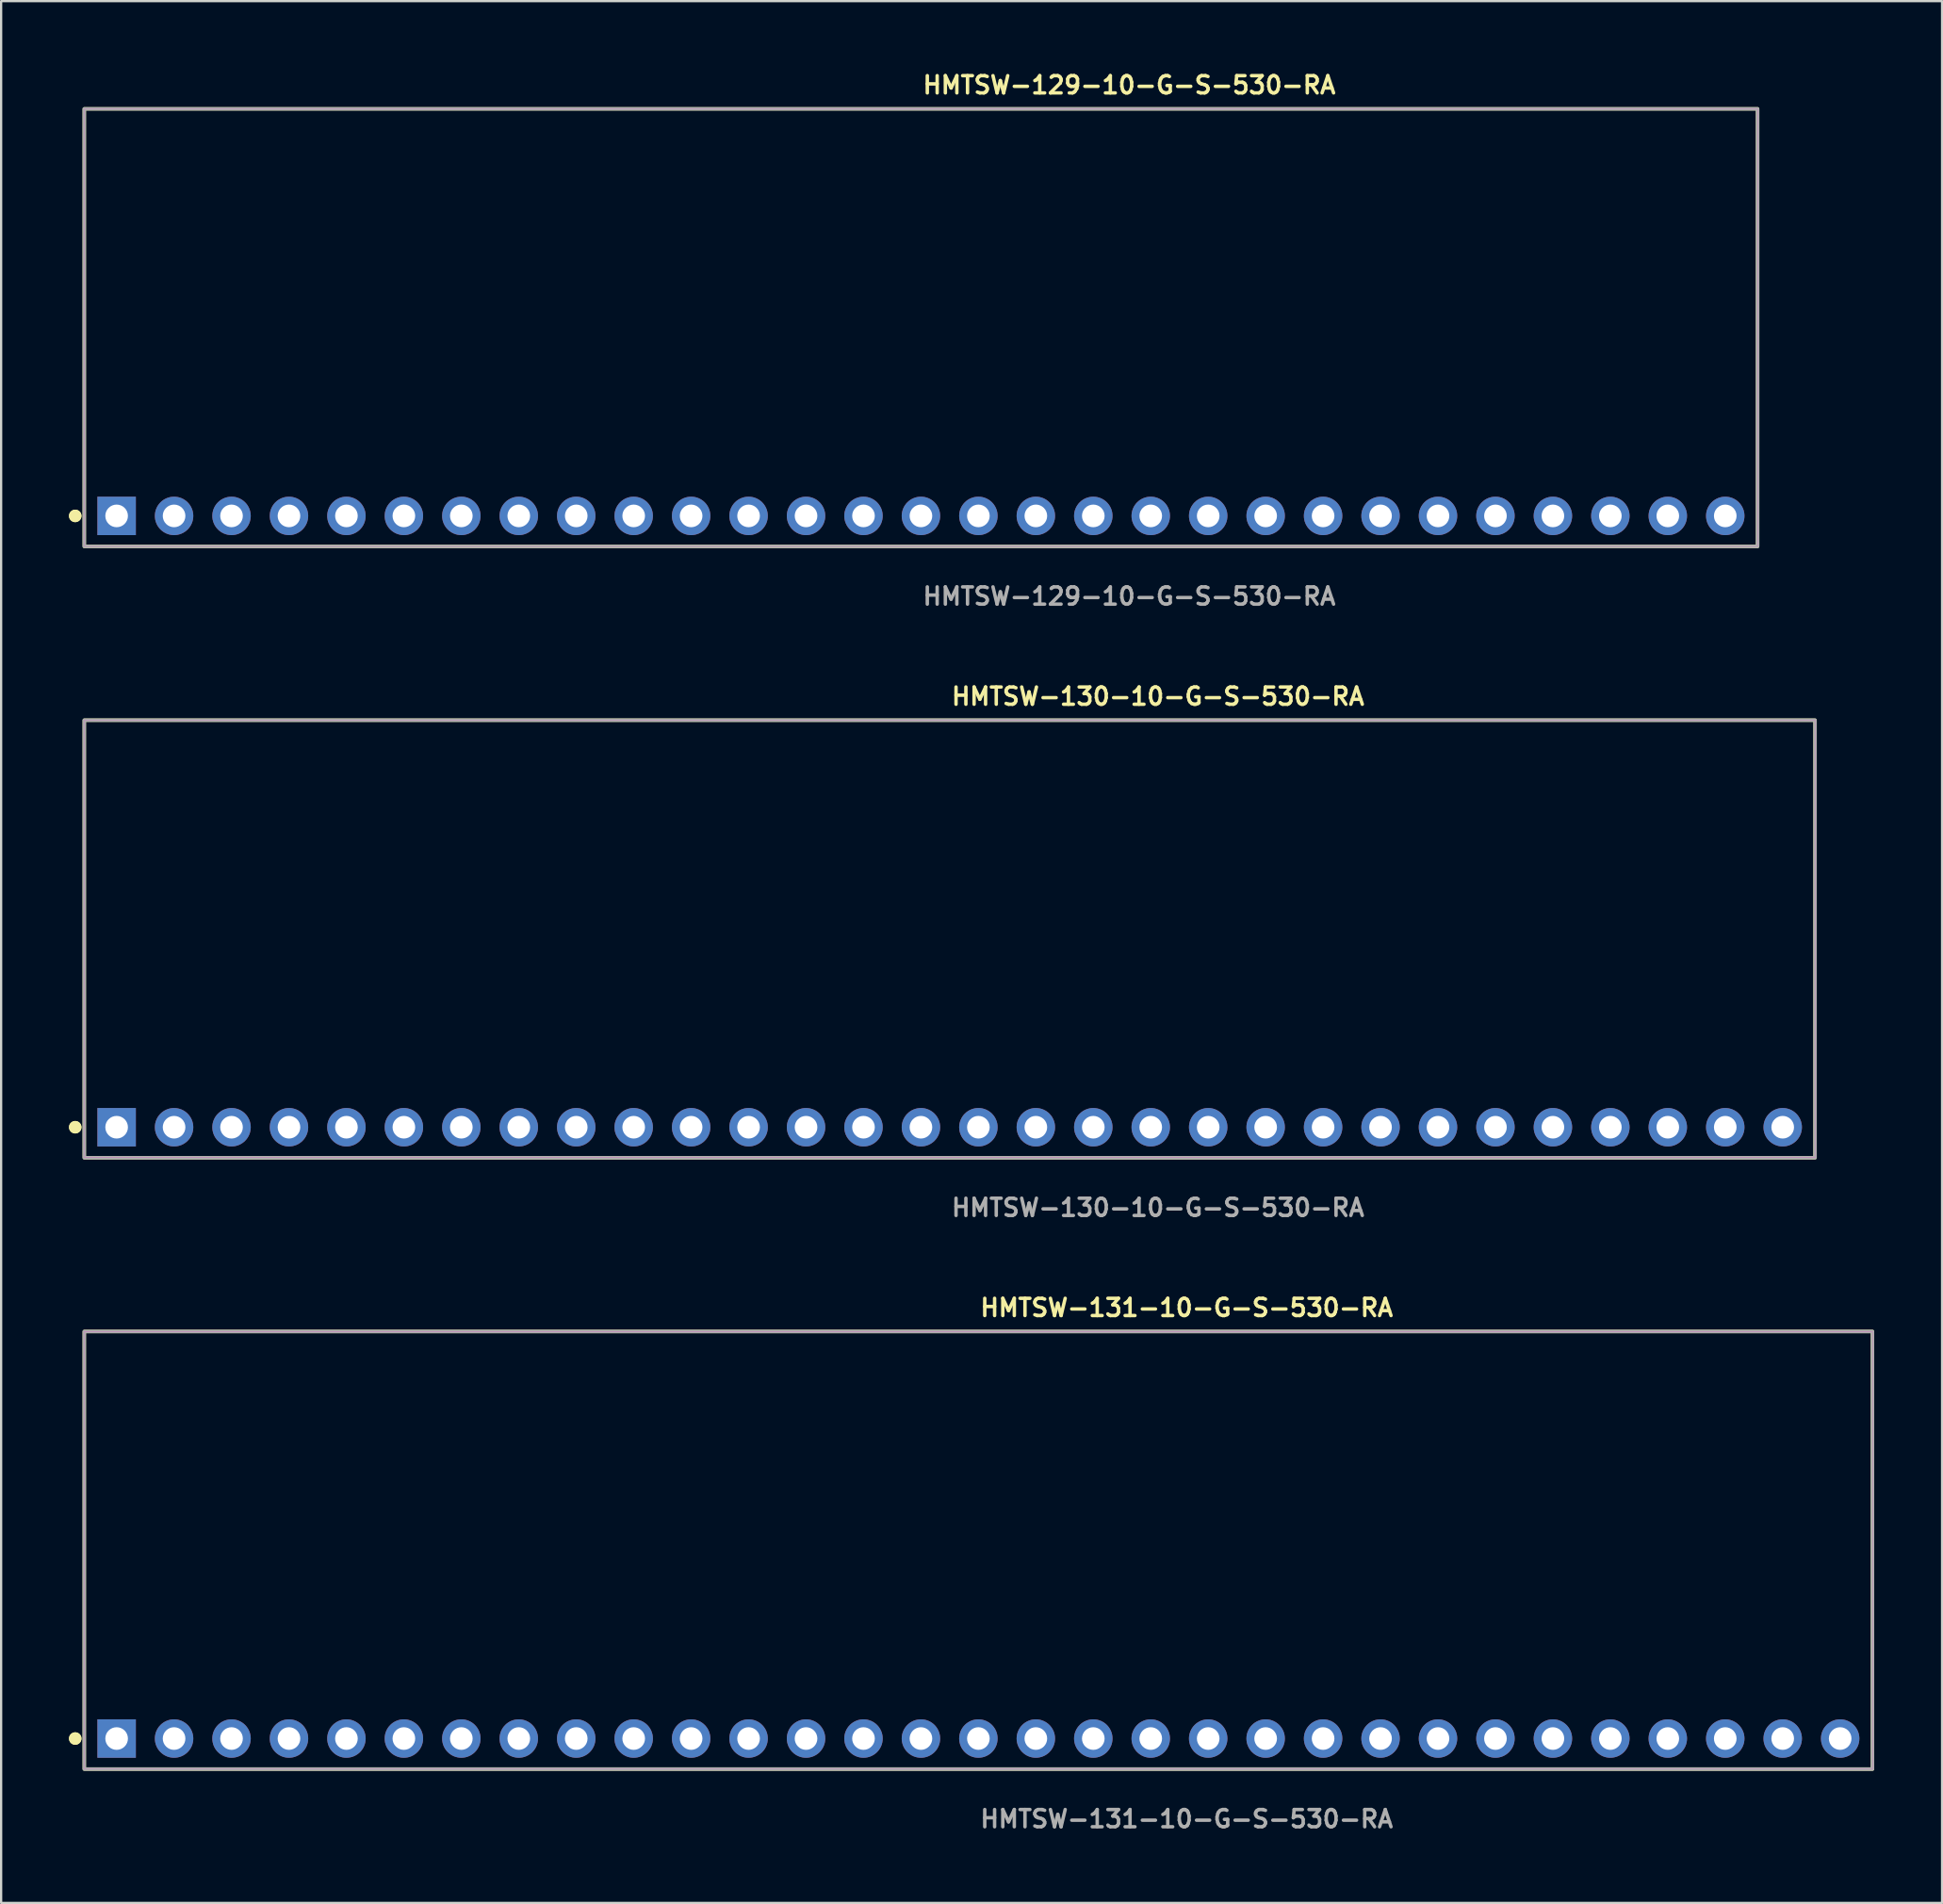
<source format=kicad_pcb>
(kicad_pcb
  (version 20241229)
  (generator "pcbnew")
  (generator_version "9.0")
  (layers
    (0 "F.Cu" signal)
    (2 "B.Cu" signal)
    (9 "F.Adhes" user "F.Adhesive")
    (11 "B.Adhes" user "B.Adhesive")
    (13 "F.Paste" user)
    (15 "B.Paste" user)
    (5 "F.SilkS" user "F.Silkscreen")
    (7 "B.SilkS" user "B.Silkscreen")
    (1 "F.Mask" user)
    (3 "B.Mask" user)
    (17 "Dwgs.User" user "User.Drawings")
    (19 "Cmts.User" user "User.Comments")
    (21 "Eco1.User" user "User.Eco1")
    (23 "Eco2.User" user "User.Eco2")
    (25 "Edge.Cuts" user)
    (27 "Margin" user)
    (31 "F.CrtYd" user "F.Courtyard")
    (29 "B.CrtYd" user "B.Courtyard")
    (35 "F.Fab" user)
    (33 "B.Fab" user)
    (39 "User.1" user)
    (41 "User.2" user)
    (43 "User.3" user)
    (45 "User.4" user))
  (footprint "HMTSW-130-10-G-S-530-RA"
    (layer "F.Cu")
    (at 38.936 46.796)
    (property "Reference" "HMTSW-130-10-G-S-530-RA" (at 0 -19.05 0) (unlocked yes) (layer "F.SilkS") (effects (font (size 0.762 0.762) (thickness 0.152)) (justify left)))
    (fp_rect (start -38.26 1.35) (end 38.26 -18) (stroke (width 0.152) (type solid)) (fill no) (layer "F.SilkS"))
    (fp_circle (center -38.66 0) (end -38.86 0) (stroke (width 0.152) (type solid)) (fill yes) (layer "F.SilkS"))
    (fp_circle (center -38.66 0) (end -38.86 0) (stroke (width 0.152) (type solid)) (fill yes) (layer "F.SilkS"))
    (fp_rect (start -38.26 1.35) (end 38.26 -18) (stroke (width 0.006) (type solid)) (fill no) (layer "F.CrtYd"))
    (fp_rect (start -38.26 1.35) (end 38.26 -18) (stroke (width 0.152) (type solid)) (fill no) (layer "F.Fab"))
    (fp_text user "${REFERENCE}" (at 0 3.556 0) (unlocked yes) (layer "F.Fab") (effects (font (size 0.762 0.762) (thickness 0.152)) (justify left)))
    (pad "1" thru_hole rect (at -36.83 0) (size 1.7 1.7) (drill 1) (layers "*.Cu" "*.Mask"))
    (pad "2" thru_hole circle (at -34.29 0) (size 1.7 1.7) (drill 1) (layers "*.Cu" "*.Mask"))
    (pad "3" thru_hole circle (at -31.75 0) (size 1.7 1.7) (drill 1) (layers "*.Cu" "*.Mask"))
    (pad "4" thru_hole circle (at -29.21 0) (size 1.7 1.7) (drill 1) (layers "*.Cu" "*.Mask"))
    (pad "5" thru_hole circle (at -26.67 0) (size 1.7 1.7) (drill 1) (layers "*.Cu" "*.Mask"))
    (pad "6" thru_hole circle (at -24.13 0) (size 1.7 1.7) (drill 1) (layers "*.Cu" "*.Mask"))
    (pad "7" thru_hole circle (at -21.59 0) (size 1.7 1.7) (drill 1) (layers "*.Cu" "*.Mask"))
    (pad "8" thru_hole circle (at -19.05 0) (size 1.7 1.7) (drill 1) (layers "*.Cu" "*.Mask"))
    (pad "9" thru_hole circle (at -16.51 0) (size 1.7 1.7) (drill 1) (layers "*.Cu" "*.Mask"))
    (pad "10" thru_hole circle (at -13.97 0) (size 1.7 1.7) (drill 1) (layers "*.Cu" "*.Mask"))
    (pad "11" thru_hole circle (at -11.43 0) (size 1.7 1.7) (drill 1) (layers "*.Cu" "*.Mask"))
    (pad "12" thru_hole circle (at -8.89 0) (size 1.7 1.7) (drill 1) (layers "*.Cu" "*.Mask"))
    (pad "13" thru_hole circle (at -6.35 0) (size 1.7 1.7) (drill 1) (layers "*.Cu" "*.Mask"))
    (pad "14" thru_hole circle (at -3.81 0) (size 1.7 1.7) (drill 1) (layers "*.Cu" "*.Mask"))
    (pad "15" thru_hole circle (at -1.27 0) (size 1.7 1.7) (drill 1) (layers "*.Cu" "*.Mask"))
    (pad "16" thru_hole circle (at 1.27 0) (size 1.7 1.7) (drill 1) (layers "*.Cu" "*.Mask"))
    (pad "17" thru_hole circle (at 3.81 0) (size 1.7 1.7) (drill 1) (layers "*.Cu" "*.Mask"))
    (pad "18" thru_hole circle (at 6.35 0) (size 1.7 1.7) (drill 1) (layers "*.Cu" "*.Mask"))
    (pad "19" thru_hole circle (at 8.89 0) (size 1.7 1.7) (drill 1) (layers "*.Cu" "*.Mask"))
    (pad "20" thru_hole circle (at 11.43 0) (size 1.7 1.7) (drill 1) (layers "*.Cu" "*.Mask"))
    (pad "21" thru_hole circle (at 13.97 0) (size 1.7 1.7) (drill 1) (layers "*.Cu" "*.Mask"))
    (pad "22" thru_hole circle (at 16.51 0) (size 1.7 1.7) (drill 1) (layers "*.Cu" "*.Mask"))
    (pad "23" thru_hole circle (at 19.05 0) (size 1.7 1.7) (drill 1) (layers "*.Cu" "*.Mask"))
    (pad "24" thru_hole circle (at 21.59 0) (size 1.7 1.7) (drill 1) (layers "*.Cu" "*.Mask"))
    (pad "25" thru_hole circle (at 24.13 0) (size 1.7 1.7) (drill 1) (layers "*.Cu" "*.Mask"))
    (pad "26" thru_hole circle (at 26.67 0) (size 1.7 1.7) (drill 1) (layers "*.Cu" "*.Mask"))
    (pad "27" thru_hole circle (at 29.21 0) (size 1.7 1.7) (drill 1) (layers "*.Cu" "*.Mask"))
    (pad "28" thru_hole circle (at 31.75 0) (size 1.7 1.7) (drill 1) (layers "*.Cu" "*.Mask"))
    (pad "29" thru_hole circle (at 34.29 0) (size 1.7 1.7) (drill 1) (layers "*.Cu" "*.Mask"))
    (pad "30" thru_hole circle (at 36.83 0) (size 1.7 1.7) (drill 1) (layers "*.Cu" "*.Mask")))
  (footprint "HMTSW-129-10-G-S-530-RA"
    (layer "F.Cu")
    (at 37.666 19.763)
    (property "Reference" "HMTSW-129-10-G-S-530-RA" (at 0 -19.05 0) (unlocked yes) (layer "F.SilkS") (effects (font (size 0.762 0.762) (thickness 0.152)) (justify left)))
    (fp_rect (start -36.99 1.35) (end 36.99 -18) (stroke (width 0.152) (type solid)) (fill no) (layer "F.SilkS"))
    (fp_circle (center -37.39 0) (end -37.59 0) (stroke (width 0.152) (type solid)) (fill yes) (layer "F.SilkS"))
    (fp_circle (center -37.39 0) (end -37.59 0) (stroke (width 0.152) (type solid)) (fill yes) (layer "F.SilkS"))
    (fp_rect (start -36.99 1.35) (end 36.99 -18) (stroke (width 0.006) (type solid)) (fill no) (layer "F.CrtYd"))
    (fp_rect (start -36.99 1.35) (end 36.99 -18) (stroke (width 0.152) (type solid)) (fill no) (layer "F.Fab"))
    (fp_text user "${REFERENCE}" (at 0 3.556 0) (unlocked yes) (layer "F.Fab") (effects (font (size 0.762 0.762) (thickness 0.152)) (justify left)))
    (pad "1" thru_hole rect (at -35.56 0) (size 1.7 1.7) (drill 1) (layers "*.Cu" "*.Mask"))
    (pad "2" thru_hole circle (at -33.02 0) (size 1.7 1.7) (drill 1) (layers "*.Cu" "*.Mask"))
    (pad "3" thru_hole circle (at -30.48 0) (size 1.7 1.7) (drill 1) (layers "*.Cu" "*.Mask"))
    (pad "4" thru_hole circle (at -27.94 0) (size 1.7 1.7) (drill 1) (layers "*.Cu" "*.Mask"))
    (pad "5" thru_hole circle (at -25.4 0) (size 1.7 1.7) (drill 1) (layers "*.Cu" "*.Mask"))
    (pad "6" thru_hole circle (at -22.86 0) (size 1.7 1.7) (drill 1) (layers "*.Cu" "*.Mask"))
    (pad "7" thru_hole circle (at -20.32 0) (size 1.7 1.7) (drill 1) (layers "*.Cu" "*.Mask"))
    (pad "8" thru_hole circle (at -17.78 0) (size 1.7 1.7) (drill 1) (layers "*.Cu" "*.Mask"))
    (pad "9" thru_hole circle (at -15.24 0) (size 1.7 1.7) (drill 1) (layers "*.Cu" "*.Mask"))
    (pad "10" thru_hole circle (at -12.7 0) (size 1.7 1.7) (drill 1) (layers "*.Cu" "*.Mask"))
    (pad "11" thru_hole circle (at -10.16 0) (size 1.7 1.7) (drill 1) (layers "*.Cu" "*.Mask"))
    (pad "12" thru_hole circle (at -7.62 0) (size 1.7 1.7) (drill 1) (layers "*.Cu" "*.Mask"))
    (pad "13" thru_hole circle (at -5.08 0) (size 1.7 1.7) (drill 1) (layers "*.Cu" "*.Mask"))
    (pad "14" thru_hole circle (at -2.54 0) (size 1.7 1.7) (drill 1) (layers "*.Cu" "*.Mask"))
    (pad "15" thru_hole circle (at 0 0) (size 1.7 1.7) (drill 1) (layers "*.Cu" "*.Mask"))
    (pad "16" thru_hole circle (at 2.54 0) (size 1.7 1.7) (drill 1) (layers "*.Cu" "*.Mask"))
    (pad "17" thru_hole circle (at 5.08 0) (size 1.7 1.7) (drill 1) (layers "*.Cu" "*.Mask"))
    (pad "18" thru_hole circle (at 7.62 0) (size 1.7 1.7) (drill 1) (layers "*.Cu" "*.Mask"))
    (pad "19" thru_hole circle (at 10.16 0) (size 1.7 1.7) (drill 1) (layers "*.Cu" "*.Mask"))
    (pad "20" thru_hole circle (at 12.7 0) (size 1.7 1.7) (drill 1) (layers "*.Cu" "*.Mask"))
    (pad "21" thru_hole circle (at 15.24 0) (size 1.7 1.7) (drill 1) (layers "*.Cu" "*.Mask"))
    (pad "22" thru_hole circle (at 17.78 0) (size 1.7 1.7) (drill 1) (layers "*.Cu" "*.Mask"))
    (pad "23" thru_hole circle (at 20.32 0) (size 1.7 1.7) (drill 1) (layers "*.Cu" "*.Mask"))
    (pad "24" thru_hole circle (at 22.86 0) (size 1.7 1.7) (drill 1) (layers "*.Cu" "*.Mask"))
    (pad "25" thru_hole circle (at 25.4 0) (size 1.7 1.7) (drill 1) (layers "*.Cu" "*.Mask"))
    (pad "26" thru_hole circle (at 27.94 0) (size 1.7 1.7) (drill 1) (layers "*.Cu" "*.Mask"))
    (pad "27" thru_hole circle (at 30.48 0) (size 1.7 1.7) (drill 1) (layers "*.Cu" "*.Mask"))
    (pad "28" thru_hole circle (at 33.02 0) (size 1.7 1.7) (drill 1) (layers "*.Cu" "*.Mask"))
    (pad "29" thru_hole circle (at 35.56 0) (size 1.7 1.7) (drill 1) (layers "*.Cu" "*.Mask")))
  (footprint "HMTSW-131-10-G-S-530-RA"
    (layer "F.Cu")
    (at 40.206 73.828)
    (property "Reference" "HMTSW-131-10-G-S-530-RA" (at 0 -19.05 0) (unlocked yes) (layer "F.SilkS") (effects (font (size 0.762 0.762) (thickness 0.152)) (justify left)))
    (fp_rect (start -39.53 1.35) (end 39.53 -18) (stroke (width 0.152) (type solid)) (fill no) (layer "F.SilkS"))
    (fp_circle (center -39.93 0) (end -40.13 0) (stroke (width 0.152) (type solid)) (fill yes) (layer "F.SilkS"))
    (fp_circle (center -39.93 0) (end -40.13 0) (stroke (width 0.152) (type solid)) (fill yes) (layer "F.SilkS"))
    (fp_rect (start -39.53 1.35) (end 39.53 -18) (stroke (width 0.006) (type solid)) (fill no) (layer "F.CrtYd"))
    (fp_rect (start -39.53 1.35) (end 39.53 -18) (stroke (width 0.152) (type solid)) (fill no) (layer "F.Fab"))
    (fp_text user "${REFERENCE}" (at 0 3.556 0) (unlocked yes) (layer "F.Fab") (effects (font (size 0.762 0.762) (thickness 0.152)) (justify left)))
    (pad "1" thru_hole rect (at -38.1 0) (size 1.7 1.7) (drill 1) (layers "*.Cu" "*.Mask"))
    (pad "2" thru_hole circle (at -35.56 0) (size 1.7 1.7) (drill 1) (layers "*.Cu" "*.Mask"))
    (pad "3" thru_hole circle (at -33.02 0) (size 1.7 1.7) (drill 1) (layers "*.Cu" "*.Mask"))
    (pad "4" thru_hole circle (at -30.48 0) (size 1.7 1.7) (drill 1) (layers "*.Cu" "*.Mask"))
    (pad "5" thru_hole circle (at -27.94 0) (size 1.7 1.7) (drill 1) (layers "*.Cu" "*.Mask"))
    (pad "6" thru_hole circle (at -25.4 0) (size 1.7 1.7) (drill 1) (layers "*.Cu" "*.Mask"))
    (pad "7" thru_hole circle (at -22.86 0) (size 1.7 1.7) (drill 1) (layers "*.Cu" "*.Mask"))
    (pad "8" thru_hole circle (at -20.32 0) (size 1.7 1.7) (drill 1) (layers "*.Cu" "*.Mask"))
    (pad "9" thru_hole circle (at -17.78 0) (size 1.7 1.7) (drill 1) (layers "*.Cu" "*.Mask"))
    (pad "10" thru_hole circle (at -15.24 0) (size 1.7 1.7) (drill 1) (layers "*.Cu" "*.Mask"))
    (pad "11" thru_hole circle (at -12.7 0) (size 1.7 1.7) (drill 1) (layers "*.Cu" "*.Mask"))
    (pad "12" thru_hole circle (at -10.16 0) (size 1.7 1.7) (drill 1) (layers "*.Cu" "*.Mask"))
    (pad "13" thru_hole circle (at -7.62 0) (size 1.7 1.7) (drill 1) (layers "*.Cu" "*.Mask"))
    (pad "14" thru_hole circle (at -5.08 0) (size 1.7 1.7) (drill 1) (layers "*.Cu" "*.Mask"))
    (pad "15" thru_hole circle (at -2.54 0) (size 1.7 1.7) (drill 1) (layers "*.Cu" "*.Mask"))
    (pad "16" thru_hole circle (at 0 0) (size 1.7 1.7) (drill 1) (layers "*.Cu" "*.Mask"))
    (pad "17" thru_hole circle (at 2.54 0) (size 1.7 1.7) (drill 1) (layers "*.Cu" "*.Mask"))
    (pad "18" thru_hole circle (at 5.08 0) (size 1.7 1.7) (drill 1) (layers "*.Cu" "*.Mask"))
    (pad "19" thru_hole circle (at 7.62 0) (size 1.7 1.7) (drill 1) (layers "*.Cu" "*.Mask"))
    (pad "20" thru_hole circle (at 10.16 0) (size 1.7 1.7) (drill 1) (layers "*.Cu" "*.Mask"))
    (pad "21" thru_hole circle (at 12.7 0) (size 1.7 1.7) (drill 1) (layers "*.Cu" "*.Mask"))
    (pad "22" thru_hole circle (at 15.24 0) (size 1.7 1.7) (drill 1) (layers "*.Cu" "*.Mask"))
    (pad "23" thru_hole circle (at 17.78 0) (size 1.7 1.7) (drill 1) (layers "*.Cu" "*.Mask"))
    (pad "24" thru_hole circle (at 20.32 0) (size 1.7 1.7) (drill 1) (layers "*.Cu" "*.Mask"))
    (pad "25" thru_hole circle (at 22.86 0) (size 1.7 1.7) (drill 1) (layers "*.Cu" "*.Mask"))
    (pad "26" thru_hole circle (at 25.4 0) (size 1.7 1.7) (drill 1) (layers "*.Cu" "*.Mask"))
    (pad "27" thru_hole circle (at 27.94 0) (size 1.7 1.7) (drill 1) (layers "*.Cu" "*.Mask"))
    (pad "28" thru_hole circle (at 30.48 0) (size 1.7 1.7) (drill 1) (layers "*.Cu" "*.Mask"))
    (pad "29" thru_hole circle (at 33.02 0) (size 1.7 1.7) (drill 1) (layers "*.Cu" "*.Mask"))
    (pad "30" thru_hole circle (at 35.56 0) (size 1.7 1.7) (drill 1) (layers "*.Cu" "*.Mask"))
    (pad "31" thru_hole circle (at 38.1 0) (size 1.7 1.7) (drill 1) (layers "*.Cu" "*.Mask")))
  (gr_rect
    (start -3 -3)
    (end 82.812 81.097)
    (stroke (width 0.1) (type default))
    (fill no)
    (layer "Edge.Cuts")))
</source>
